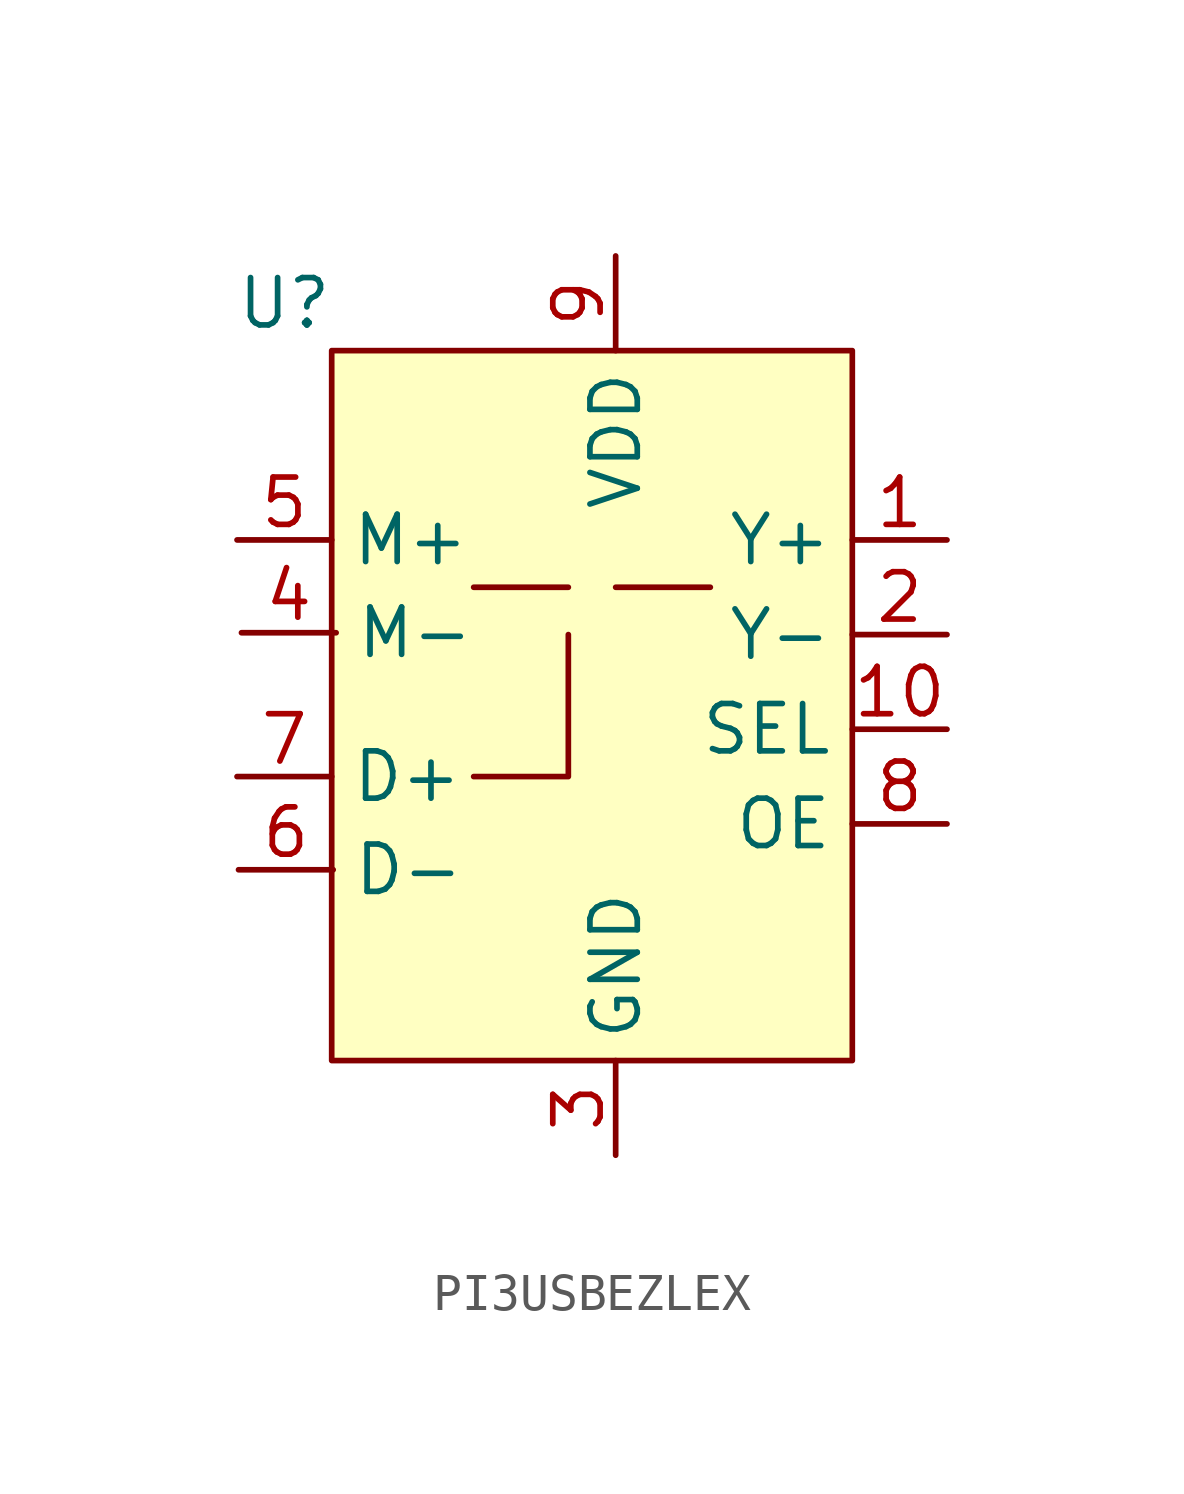
<source format=kicad_sym>
(kicad_symbol_lib
  (version 20220914)
  (generator kicad_symbol_editor)
  (symbol "PI3USBEZLEX"
    (property "Reference" "U"
      (at -5.08 12.7 0)
      (effects (font (size 1.27 1.27))))
    (property "Value" ""
      (at 0 0 0)
      (effects (font (size 1.27 1.27))))
    (symbol "PI3USBEZLEX_1_1"
      (rectangle (start -3.81 11.43) (end 10.16 -7.62) (stroke (width 0) (type default)) (fill (type background)))
      (polyline (pts (xy 0 5.08) (xy 2.54 5.08)) (stroke (width 0) (type default)) (fill (type none)))
      (polyline (pts (xy 6.35 5.08) (xy 3.81 5.08)) (stroke (width 0) (type default)) (fill (type none)))
      (polyline (pts (xy 0 0) (xy 2.54 0) (xy 2.54 3.81)) (stroke (width 0) (type default)) (fill (type none)))
      (pin bidirectional line (at 12.7 6.35 180) (length 2.54) (name "Y+" (effects (font (size 1.27 1.27)))) (number "1" (effects (font (size 1.27 1.27)))))
      (pin input line (at 12.7 1.27 180) (length 2.54) (name "SEL" (effects (font (size 1.27 1.27)))) (number "10" (effects (font (size 1.27 1.27)))))
      (pin bidirectional line (at 12.7 3.81 180) (length 2.54) (name "Y-" (effects (font (size 1.27 1.27)))) (number "2" (effects (font (size 1.27 1.27)))))
      (pin power_in line (at 3.81 -10.16 90) (length 2.54) (name "GND" (effects (font (size 1.27 1.27)))) (number "3" (effects (font (size 1.27 1.27)))))
      (pin bidirectional line (at -6.231 3.86 0) (length 2.54) (name "M-" (effects (font (size 1.27 1.27)))) (number "4" (effects (font (size 1.27 1.27)))))
      (pin bidirectional line (at -6.35 6.35 0) (length 2.54) (name "M+" (effects (font (size 1.27 1.27)))) (number "5" (effects (font (size 1.27 1.27)))))
      (pin bidirectional line (at -6.31 -2.5 0) (length 2.54) (name "D-" (effects (font (size 1.27 1.27)))) (number "6" (effects (font (size 1.27 1.27)))))
      (pin bidirectional line (at -6.35 0 0) (length 2.54) (name "D+" (effects (font (size 1.27 1.27)))) (number "7" (effects (font (size 1.27 1.27)))))
      (pin input line (at 12.7 -1.27 180) (length 2.54) (name "OE" (effects (font (size 1.27 1.27)))) (number "8" (effects (font (size 1.27 1.27)))))
      (pin power_in line (at 3.81 13.97 270) (length 2.54) (name "VDD" (effects (font (size 1.27 1.27)))) (number "9" (effects (font (size 1.27 1.27))))))))
</source>
